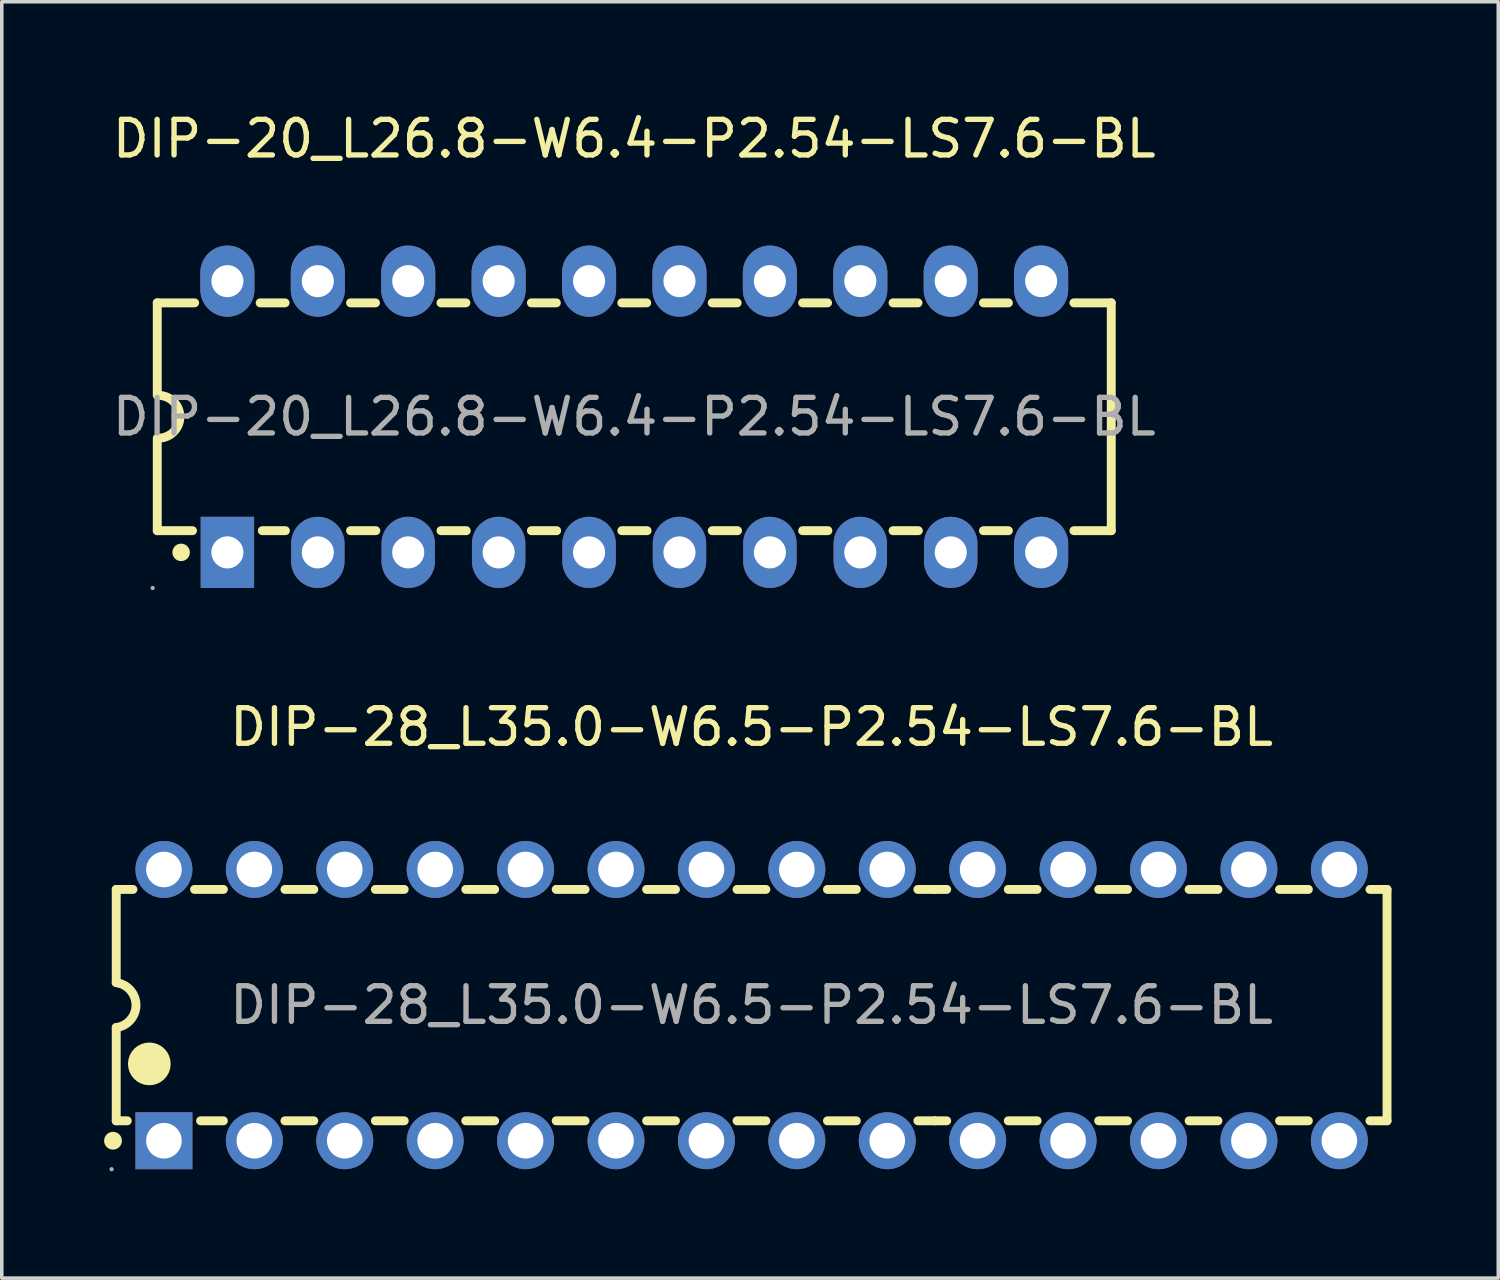
<source format=kicad_pcb>
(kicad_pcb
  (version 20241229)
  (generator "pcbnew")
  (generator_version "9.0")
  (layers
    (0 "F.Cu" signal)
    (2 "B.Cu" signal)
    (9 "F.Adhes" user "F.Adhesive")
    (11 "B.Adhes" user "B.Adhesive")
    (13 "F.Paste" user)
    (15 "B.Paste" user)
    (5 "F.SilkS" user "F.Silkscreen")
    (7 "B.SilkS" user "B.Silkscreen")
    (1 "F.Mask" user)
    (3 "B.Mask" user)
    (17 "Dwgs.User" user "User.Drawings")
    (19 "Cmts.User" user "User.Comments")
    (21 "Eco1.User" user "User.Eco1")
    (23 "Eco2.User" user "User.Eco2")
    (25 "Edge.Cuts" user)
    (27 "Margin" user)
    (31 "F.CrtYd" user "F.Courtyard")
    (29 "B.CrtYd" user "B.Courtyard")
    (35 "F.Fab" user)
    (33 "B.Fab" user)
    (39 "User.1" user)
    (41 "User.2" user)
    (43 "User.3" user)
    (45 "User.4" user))
  (footprint "DIP-28_L35.0-W6.5-P2.54-LS7.6-BL"
    (layer "F.Cu")
    (at 18.065 25.186)
    (property "Reference" "DIP-28_L35.0-W6.5-P2.54-LS7.6-BL" (at 0 -7.81 0) (layer "F.SilkS") (effects (font (size 1 1) (thickness 0.15))))
    (attr through_hole)
    (fp_line (start -17.85 -3.25) (end -17.85 -0.64) (stroke (width 0.25) (type solid)) (layer "F.SilkS"))
    (fp_line (start -17.85 3.25) (end -17.85 0.63) (stroke (width 0.25) (type solid)) (layer "F.SilkS"))
    (fp_line (start -17.85 3.25) (end -17.54 3.25) (stroke (width 0.25) (type solid)) (layer "F.SilkS"))
    (fp_line (start -17.38 -3.25) (end -17.85 -3.25) (stroke (width 0.25) (type solid)) (layer "F.SilkS"))
    (fp_line (start -15.48 3.25) (end -14.84 3.25) (stroke (width 0.25) (type solid)) (layer "F.SilkS"))
    (fp_line (start -14.84 -3.25) (end -15.65 -3.25) (stroke (width 0.25) (type solid)) (layer "F.SilkS"))
    (fp_line (start -13.11 3.25) (end -12.3 3.25) (stroke (width 0.25) (type solid)) (layer "F.SilkS"))
    (fp_line (start -12.3 -3.25) (end -13.11 -3.25) (stroke (width 0.25) (type solid)) (layer "F.SilkS"))
    (fp_line (start -10.57 3.25) (end -9.76 3.25) (stroke (width 0.25) (type solid)) (layer "F.SilkS"))
    (fp_line (start -9.76 -3.25) (end -10.57 -3.25) (stroke (width 0.25) (type solid)) (layer "F.SilkS"))
    (fp_line (start -8.03 3.25) (end -7.22 3.25) (stroke (width 0.25) (type solid)) (layer "F.SilkS"))
    (fp_line (start -7.22 -3.25) (end -8.03 -3.25) (stroke (width 0.25) (type solid)) (layer "F.SilkS"))
    (fp_line (start -5.49 3.25) (end -4.68 3.25) (stroke (width 0.25) (type solid)) (layer "F.SilkS"))
    (fp_line (start -4.68 -3.25) (end -5.49 -3.25) (stroke (width 0.25) (type solid)) (layer "F.SilkS"))
    (fp_line (start -2.95 3.25) (end -2.14 3.25) (stroke (width 0.25) (type solid)) (layer "F.SilkS"))
    (fp_line (start -2.14 -3.25) (end -2.95 -3.25) (stroke (width 0.25) (type solid)) (layer "F.SilkS"))
    (fp_line (start -0.41 3.25) (end 0.4 3.25) (stroke (width 0.25) (type solid)) (layer "F.SilkS"))
    (fp_line (start 0.4 -3.25) (end -0.41 -3.25) (stroke (width 0.25) (type solid)) (layer "F.SilkS"))
    (fp_line (start 2.13 3.25) (end 2.94 3.25) (stroke (width 0.25) (type solid)) (layer "F.SilkS"))
    (fp_line (start 2.94 -3.25) (end 2.13 -3.25) (stroke (width 0.25) (type solid)) (layer "F.SilkS"))
    (fp_line (start 4.67 3.25) (end 5.15 3.25) (stroke (width 0.25) (type solid)) (layer "F.SilkS"))
    (fp_line (start 5.15 -3.25) (end 4.67 -3.25) (stroke (width 0.25) (type solid)) (layer "F.SilkS"))
    (fp_line (start 5.15 -3.25) (end 5.48 -3.25) (stroke (width 0.25) (type solid)) (layer "F.SilkS"))
    (fp_line (start 5.15 3.25) (end 5.48 3.25) (stroke (width 0.25) (type solid)) (layer "F.SilkS"))
    (fp_line (start 7.21 -3.25) (end 8.02 -3.25) (stroke (width 0.25) (type solid)) (layer "F.SilkS"))
    (fp_line (start 7.21 3.25) (end 8.02 3.25) (stroke (width 0.25) (type solid)) (layer "F.SilkS"))
    (fp_line (start 9.75 -3.25) (end 10.56 -3.25) (stroke (width 0.25) (type solid)) (layer "F.SilkS"))
    (fp_line (start 9.75 3.25) (end 10.56 3.25) (stroke (width 0.25) (type solid)) (layer "F.SilkS"))
    (fp_line (start 12.29 -3.25) (end 13.1 -3.25) (stroke (width 0.25) (type solid)) (layer "F.SilkS"))
    (fp_line (start 12.29 3.25) (end 13.1 3.25) (stroke (width 0.25) (type solid)) (layer "F.SilkS"))
    (fp_line (start 14.83 -3.25) (end 15.64 -3.25) (stroke (width 0.25) (type solid)) (layer "F.SilkS"))
    (fp_line (start 14.83 3.25) (end 15.64 3.25) (stroke (width 0.25) (type solid)) (layer "F.SilkS"))
    (fp_line (start 17.37 -3.25) (end 17.85 -3.25) (stroke (width 0.25) (type solid)) (layer "F.SilkS"))
    (fp_line (start 17.37 3.25) (end 17.85 3.25) (stroke (width 0.25) (type solid)) (layer "F.SilkS"))
    (fp_line (start 17.85 -3.25) (end 17.85 3.25) (stroke (width 0.25) (type solid)) (layer "F.SilkS"))
    (fp_arc (start -17.94 3.81) (mid -17.94 3.81) (end -17.94 3.81) (stroke (width 0.25) (type solid)) (layer "F.SilkS"))
    (fp_arc (start -17.851582 -0.630199) (mid -17.294941 -0.000797) (end -17.85 0.63) (stroke (width 0.25) (type solid)) (layer "F.SilkS"))
    (fp_arc (start -17.22 1.64) (mid -16.619875 1.654999) (end -17.220167 1.650004) (stroke (width 0.6) (type solid)) (layer "F.SilkS"))
    (fp_circle (center -17.98 4.61) (end -17.95 4.61) (stroke (width 0.06) (type solid)) (fill no) (layer "F.Fab"))
    (fp_circle (center -16.51 -3.81) (end -16.31 -3.81) (stroke (width 0.4) (type solid)) (fill no) (layer "F.Fab"))
    (fp_circle (center -16.51 3.81) (end -16.31 3.81) (stroke (width 0.4) (type solid)) (fill no) (layer "F.Fab"))
    (fp_circle (center -13.97 -3.81) (end -13.77 -3.81) (stroke (width 0.4) (type solid)) (fill no) (layer "F.Fab"))
    (fp_circle (center -13.97 3.81) (end -13.77 3.81) (stroke (width 0.4) (type solid)) (fill no) (layer "F.Fab"))
    (fp_circle (center -11.43 -3.81) (end -11.23 -3.81) (stroke (width 0.4) (type solid)) (fill no) (layer "F.Fab"))
    (fp_circle (center -11.43 3.81) (end -11.23 3.81) (stroke (width 0.4) (type solid)) (fill no) (layer "F.Fab"))
    (fp_circle (center -8.89 -3.81) (end -8.69 -3.81) (stroke (width 0.4) (type solid)) (fill no) (layer "F.Fab"))
    (fp_circle (center -8.89 3.81) (end -8.69 3.81) (stroke (width 0.4) (type solid)) (fill no) (layer "F.Fab"))
    (fp_circle (center -6.35 -3.81) (end -6.15 -3.81) (stroke (width 0.4) (type solid)) (fill no) (layer "F.Fab"))
    (fp_circle (center -6.35 3.81) (end -6.15 3.81) (stroke (width 0.4) (type solid)) (fill no) (layer "F.Fab"))
    (fp_circle (center -3.81 -3.81) (end -3.61 -3.81) (stroke (width 0.4) (type solid)) (fill no) (layer "F.Fab"))
    (fp_circle (center -3.81 3.81) (end -3.61 3.81) (stroke (width 0.4) (type solid)) (fill no) (layer "F.Fab"))
    (fp_circle (center -1.27 -3.81) (end -1.07 -3.81) (stroke (width 0.4) (type solid)) (fill no) (layer "F.Fab"))
    (fp_circle (center -1.27 3.81) (end -1.07 3.81) (stroke (width 0.4) (type solid)) (fill no) (layer "F.Fab"))
    (fp_circle (center 1.27 -3.81) (end 1.47 -3.81) (stroke (width 0.4) (type solid)) (fill no) (layer "F.Fab"))
    (fp_circle (center 1.27 3.81) (end 1.47 3.81) (stroke (width 0.4) (type solid)) (fill no) (layer "F.Fab"))
    (fp_circle (center 3.81 -3.81) (end 4.01 -3.81) (stroke (width 0.4) (type solid)) (fill no) (layer "F.Fab"))
    (fp_circle (center 3.81 3.81) (end 4.01 3.81) (stroke (width 0.4) (type solid)) (fill no) (layer "F.Fab"))
    (fp_circle (center 6.35 -3.81) (end 6.55 -3.81) (stroke (width 0.4) (type solid)) (fill no) (layer "F.Fab"))
    (fp_circle (center 6.35 3.81) (end 6.55 3.81) (stroke (width 0.4) (type solid)) (fill no) (layer "F.Fab"))
    (fp_circle (center 8.89 -3.81) (end 9.09 -3.81) (stroke (width 0.4) (type solid)) (fill no) (layer "F.Fab"))
    (fp_circle (center 8.89 3.81) (end 9.09 3.81) (stroke (width 0.4) (type solid)) (fill no) (layer "F.Fab"))
    (fp_circle (center 11.43 -3.81) (end 11.63 -3.81) (stroke (width 0.4) (type solid)) (fill no) (layer "F.Fab"))
    (fp_circle (center 11.43 3.81) (end 11.63 3.81) (stroke (width 0.4) (type solid)) (fill no) (layer "F.Fab"))
    (fp_circle (center 13.97 -3.81) (end 14.17 -3.81) (stroke (width 0.4) (type solid)) (fill no) (layer "F.Fab"))
    (fp_circle (center 13.97 3.81) (end 14.17 3.81) (stroke (width 0.4) (type solid)) (fill no) (layer "F.Fab"))
    (fp_circle (center 16.51 -3.81) (end 16.71 -3.81) (stroke (width 0.4) (type solid)) (fill no) (layer "F.Fab"))
    (fp_circle (center 16.51 3.81) (end 16.71 3.81) (stroke (width 0.4) (type solid)) (fill no) (layer "F.Fab"))
    (fp_text user "${REFERENCE}" (at 0 0 0) (layer "F.Fab") (effects (font (size 1 1) (thickness 0.15))))
    (pad "1" thru_hole rect (at -16.51 3.81 90) (size 1.6 1.6) (drill 1) (layers "*.Cu" "*.Paste" "*.Mask"))
    (pad "2" thru_hole oval (at -13.97 3.81 90) (size 1.6 1.6) (drill 1) (layers "*.Cu" "*.Paste" "*.Mask"))
    (pad "3" thru_hole oval (at -11.43 3.81 90) (size 1.6 1.6) (drill 1) (layers "*.Cu" "*.Paste" "*.Mask"))
    (pad "4" thru_hole oval (at -8.89 3.81 90) (size 1.6 1.6) (drill 1) (layers "*.Cu" "*.Paste" "*.Mask"))
    (pad "5" thru_hole oval (at -6.35 3.81 90) (size 1.6 1.6) (drill 1) (layers "*.Cu" "*.Paste" "*.Mask"))
    (pad "6" thru_hole oval (at -3.81 3.81 90) (size 1.6 1.6) (drill 1) (layers "*.Cu" "*.Paste" "*.Mask"))
    (pad "7" thru_hole oval (at -1.27 3.81 90) (size 1.6 1.6) (drill 1) (layers "*.Cu" "*.Paste" "*.Mask"))
    (pad "8" thru_hole oval (at 1.27 3.81 90) (size 1.6 1.6) (drill 1) (layers "*.Cu" "*.Paste" "*.Mask"))
    (pad "9" thru_hole oval (at 3.81 3.81 90) (size 1.6 1.6) (drill 1) (layers "*.Cu" "*.Paste" "*.Mask"))
    (pad "10" thru_hole oval (at 6.35 3.81 90) (size 1.6 1.6) (drill 1) (layers "*.Cu" "*.Paste" "*.Mask"))
    (pad "11" thru_hole oval (at 8.89 3.81 90) (size 1.6 1.6) (drill 1) (layers "*.Cu" "*.Paste" "*.Mask"))
    (pad "12" thru_hole oval (at 11.43 3.81 90) (size 1.6 1.6) (drill 1) (layers "*.Cu" "*.Paste" "*.Mask"))
    (pad "13" thru_hole oval (at 13.97 3.81 90) (size 1.6 1.6) (drill 1) (layers "*.Cu" "*.Paste" "*.Mask"))
    (pad "14" thru_hole oval (at 16.51 3.81 90) (size 1.6 1.6) (drill 1) (layers "*.Cu" "*.Paste" "*.Mask"))
    (pad "15" thru_hole oval (at 16.51 -3.81 90) (size 1.6 1.6) (drill 1) (layers "*.Cu" "*.Paste" "*.Mask"))
    (pad "16" thru_hole oval (at 13.97 -3.81 90) (size 1.6 1.6) (drill 1) (layers "*.Cu" "*.Paste" "*.Mask"))
    (pad "17" thru_hole oval (at 11.43 -3.81 90) (size 1.6 1.6) (drill 1) (layers "*.Cu" "*.Paste" "*.Mask"))
    (pad "18" thru_hole oval (at 8.89 -3.81 90) (size 1.6 1.6) (drill 1) (layers "*.Cu" "*.Paste" "*.Mask"))
    (pad "19" thru_hole oval (at 6.35 -3.81 90) (size 1.6 1.6) (drill 1) (layers "*.Cu" "*.Paste" "*.Mask"))
    (pad "20" thru_hole oval (at 3.81 -3.81 90) (size 1.6 1.6) (drill 1) (layers "*.Cu" "*.Paste" "*.Mask"))
    (pad "21" thru_hole oval (at 1.27 -3.81 90) (size 1.6 1.6) (drill 1) (layers "*.Cu" "*.Paste" "*.Mask"))
    (pad "22" thru_hole oval (at -1.27 -3.81 90) (size 1.6 1.6) (drill 1) (layers "*.Cu" "*.Paste" "*.Mask"))
    (pad "23" thru_hole oval (at -3.81 -3.81 90) (size 1.6 1.6) (drill 1) (layers "*.Cu" "*.Paste" "*.Mask"))
    (pad "24" thru_hole oval (at -6.35 -3.81 90) (size 1.6 1.6) (drill 1) (layers "*.Cu" "*.Paste" "*.Mask"))
    (pad "25" thru_hole oval (at -8.89 -3.81 90) (size 1.6 1.6) (drill 1) (layers "*.Cu" "*.Paste" "*.Mask"))
    (pad "26" thru_hole oval (at -11.43 -3.81 90) (size 1.6 1.6) (drill 1) (layers "*.Cu" "*.Paste" "*.Mask"))
    (pad "27" thru_hole oval (at -13.97 -3.81 90) (size 1.6 1.6) (drill 1) (layers "*.Cu" "*.Paste" "*.Mask"))
    (pad "28" thru_hole oval (at -16.51 -3.81 90) (size 1.6 1.6) (drill 1) (layers "*.Cu" "*.Paste" "*.Mask")))
  (footprint "DIP-20_L26.8-W6.4-P2.54-LS7.6-BL"
    (layer "F.Cu")
    (at 14.768 8.658)
    (property "Reference" "DIP-20_L26.8-W6.4-P2.54-LS7.6-BL" (at 0 -7.81 0) (layer "F.SilkS") (effects (font (size 1 1) (thickness 0.15))))
    (attr through_hole)
    (fp_line (start -13.4 -3.2) (end -12.35 -3.2) (stroke (width 0.25) (type solid)) (layer "F.SilkS"))
    (fp_line (start -13.4 -0.6) (end -13.4 -3.2) (stroke (width 0.25) (type solid)) (layer "F.SilkS"))
    (fp_line (start -13.4 3.2) (end -13.4 0.6) (stroke (width 0.25) (type solid)) (layer "F.SilkS"))
    (fp_line (start -13.4 3.2) (end -12.41 3.2) (stroke (width 0.25) (type solid)) (layer "F.SilkS"))
    (fp_line (start -10.51 -3.2) (end -9.81 -3.2) (stroke (width 0.25) (type solid)) (layer "F.SilkS"))
    (fp_line (start -10.45 3.2) (end -9.8 3.2) (stroke (width 0.25) (type solid)) (layer "F.SilkS"))
    (fp_line (start -7.97 -3.2) (end -7.27 -3.2) (stroke (width 0.25) (type solid)) (layer "F.SilkS"))
    (fp_line (start -7.97 3.2) (end -7.26 3.2) (stroke (width 0.25) (type solid)) (layer "F.SilkS"))
    (fp_line (start -5.43 -3.2) (end -4.73 -3.2) (stroke (width 0.25) (type solid)) (layer "F.SilkS"))
    (fp_line (start -5.43 3.2) (end -4.72 3.2) (stroke (width 0.25) (type solid)) (layer "F.SilkS"))
    (fp_line (start -2.89 -3.2) (end -2.19 -3.2) (stroke (width 0.25) (type solid)) (layer "F.SilkS"))
    (fp_line (start -2.89 3.2) (end -2.18 3.2) (stroke (width 0.25) (type solid)) (layer "F.SilkS"))
    (fp_line (start -0.35 -3.2) (end 0.35 -3.2) (stroke (width 0.25) (type solid)) (layer "F.SilkS"))
    (fp_line (start -0.35 3.2) (end 0.36 3.2) (stroke (width 0.25) (type solid)) (layer "F.SilkS"))
    (fp_line (start 2.19 -3.2) (end 2.89 -3.2) (stroke (width 0.25) (type solid)) (layer "F.SilkS"))
    (fp_line (start 2.19 3.2) (end 2.9 3.2) (stroke (width 0.25) (type solid)) (layer "F.SilkS"))
    (fp_line (start 4.73 -3.2) (end 5.43 -3.2) (stroke (width 0.25) (type solid)) (layer "F.SilkS"))
    (fp_line (start 4.73 3.2) (end 5.44 3.2) (stroke (width 0.25) (type solid)) (layer "F.SilkS"))
    (fp_line (start 7.27 -3.2) (end 7.97 -3.2) (stroke (width 0.25) (type solid)) (layer "F.SilkS"))
    (fp_line (start 7.27 3.2) (end 7.98 3.2) (stroke (width 0.25) (type solid)) (layer "F.SilkS"))
    (fp_line (start 9.81 -3.2) (end 10.51 -3.2) (stroke (width 0.25) (type solid)) (layer "F.SilkS"))
    (fp_line (start 9.81 3.2) (end 10.51 3.2) (stroke (width 0.25) (type solid)) (layer "F.SilkS"))
    (fp_line (start 12.35 -3.2) (end 13.4 -3.2) (stroke (width 0.25) (type solid)) (layer "F.SilkS"))
    (fp_line (start 12.35 3.2) (end 13.4 3.2) (stroke (width 0.25) (type solid)) (layer "F.SilkS"))
    (fp_line (start 13.4 -3.2) (end 13.4 3.2) (stroke (width 0.25) (type solid)) (layer "F.SilkS"))
    (fp_arc (start -13.37 -0.6) (mid -12.76 -0.01) (end -13.35 0.6) (stroke (width 0.25) (type solid)) (layer "F.SilkS"))
    (fp_arc (start -12.85 3.8) (mid -12.609687 3.814987) (end -12.850416 3.810034) (stroke (width 0.25) (type solid)) (layer "F.SilkS"))
    (fp_circle (center -13.53 4.81) (end -13.5 4.81) (stroke (width 0.06) (type solid)) (fill no) (layer "F.Fab"))
    (fp_circle (center -11.43 -3.81) (end -11.25 -3.81) (stroke (width 0.35) (type solid)) (fill no) (layer "F.Fab"))
    (fp_circle (center -11.43 3.81) (end -11.25 3.81) (stroke (width 0.35) (type solid)) (fill no) (layer "F.Fab"))
    (fp_circle (center -8.89 -3.81) (end -8.71 -3.81) (stroke (width 0.35) (type solid)) (fill no) (layer "F.Fab"))
    (fp_circle (center -8.89 3.81) (end -8.71 3.81) (stroke (width 0.35) (type solid)) (fill no) (layer "F.Fab"))
    (fp_circle (center -6.35 -3.81) (end -6.17 -3.81) (stroke (width 0.35) (type solid)) (fill no) (layer "F.Fab"))
    (fp_circle (center -6.35 3.81) (end -6.17 3.81) (stroke (width 0.35) (type solid)) (fill no) (layer "F.Fab"))
    (fp_circle (center -3.81 -3.81) (end -3.63 -3.81) (stroke (width 0.35) (type solid)) (fill no) (layer "F.Fab"))
    (fp_circle (center -3.81 3.81) (end -3.63 3.81) (stroke (width 0.35) (type solid)) (fill no) (layer "F.Fab"))
    (fp_circle (center -1.27 -3.81) (end -1.09 -3.81) (stroke (width 0.35) (type solid)) (fill no) (layer "F.Fab"))
    (fp_circle (center -1.27 3.81) (end -1.09 3.81) (stroke (width 0.35) (type solid)) (fill no) (layer "F.Fab"))
    (fp_circle (center 1.27 -3.81) (end 1.45 -3.81) (stroke (width 0.35) (type solid)) (fill no) (layer "F.Fab"))
    (fp_circle (center 1.27 3.81) (end 1.45 3.81) (stroke (width 0.35) (type solid)) (fill no) (layer "F.Fab"))
    (fp_circle (center 3.81 -3.81) (end 3.99 -3.81) (stroke (width 0.35) (type solid)) (fill no) (layer "F.Fab"))
    (fp_circle (center 3.81 3.81) (end 3.99 3.81) (stroke (width 0.35) (type solid)) (fill no) (layer "F.Fab"))
    (fp_circle (center 6.35 -3.81) (end 6.53 -3.81) (stroke (width 0.35) (type solid)) (fill no) (layer "F.Fab"))
    (fp_circle (center 6.35 3.81) (end 6.53 3.81) (stroke (width 0.35) (type solid)) (fill no) (layer "F.Fab"))
    (fp_circle (center 8.89 -3.81) (end 9.07 -3.81) (stroke (width 0.35) (type solid)) (fill no) (layer "F.Fab"))
    (fp_circle (center 8.89 3.81) (end 9.07 3.81) (stroke (width 0.35) (type solid)) (fill no) (layer "F.Fab"))
    (fp_circle (center 11.43 -3.81) (end 11.61 -3.81) (stroke (width 0.35) (type solid)) (fill no) (layer "F.Fab"))
    (fp_circle (center 11.43 3.81) (end 11.61 3.81) (stroke (width 0.35) (type solid)) (fill no) (layer "F.Fab"))
    (fp_text user "${REFERENCE}" (at 0 0 0) (layer "F.Fab") (effects (font (size 1 1) (thickness 0.15))))
    (pad "1" thru_hole rect (at -11.43 3.81 90) (size 2 1.5) (drill 0.9) (layers "*.Cu" "*.Paste" "*.Mask"))
    (pad "2" thru_hole oval (at -8.89 3.81 90) (size 2 1.5) (drill 0.9) (layers "*.Cu" "*.Paste" "*.Mask"))
    (pad "3" thru_hole oval (at -6.35 3.81 90) (size 2 1.5) (drill 0.9) (layers "*.Cu" "*.Paste" "*.Mask"))
    (pad "4" thru_hole oval (at -3.81 3.81 90) (size 2 1.5) (drill 0.9) (layers "*.Cu" "*.Paste" "*.Mask"))
    (pad "5" thru_hole oval (at -1.27 3.81 90) (size 2 1.5) (drill 0.9) (layers "*.Cu" "*.Paste" "*.Mask"))
    (pad "6" thru_hole oval (at 1.27 3.81 90) (size 2 1.5) (drill 0.9) (layers "*.Cu" "*.Paste" "*.Mask"))
    (pad "7" thru_hole oval (at 3.81 3.81 90) (size 2 1.5) (drill 0.9) (layers "*.Cu" "*.Paste" "*.Mask"))
    (pad "8" thru_hole oval (at 6.35 3.81 90) (size 2 1.5) (drill 0.9) (layers "*.Cu" "*.Paste" "*.Mask"))
    (pad "9" thru_hole oval (at 8.89 3.81 90) (size 2 1.5) (drill 0.9) (layers "*.Cu" "*.Paste" "*.Mask"))
    (pad "10" thru_hole oval (at 11.43 3.81 90) (size 2 1.52) (drill 0.9) (layers "*.Cu" "*.Paste" "*.Mask"))
    (pad "11" thru_hole oval (at 11.43 -3.81 90) (size 2 1.52) (drill 0.9) (layers "*.Cu" "*.Paste" "*.Mask"))
    (pad "12" thru_hole oval (at 8.89 -3.81 90) (size 2 1.52) (drill 0.9) (layers "*.Cu" "*.Paste" "*.Mask"))
    (pad "13" thru_hole oval (at 6.35 -3.81 90) (size 2 1.52) (drill 0.9) (layers "*.Cu" "*.Paste" "*.Mask"))
    (pad "14" thru_hole oval (at 3.81 -3.81 90) (size 2 1.52) (drill 0.9) (layers "*.Cu" "*.Paste" "*.Mask"))
    (pad "15" thru_hole oval (at 1.27 -3.81 90) (size 2 1.52) (drill 0.9) (layers "*.Cu" "*.Paste" "*.Mask"))
    (pad "16" thru_hole oval (at -1.27 -3.81 90) (size 2 1.52) (drill 0.9) (layers "*.Cu" "*.Paste" "*.Mask"))
    (pad "17" thru_hole oval (at -3.81 -3.81 90) (size 2 1.52) (drill 0.9) (layers "*.Cu" "*.Paste" "*.Mask"))
    (pad "18" thru_hole oval (at -6.35 -3.81 90) (size 2 1.52) (drill 0.9) (layers "*.Cu" "*.Paste" "*.Mask"))
    (pad "19" thru_hole oval (at -8.89 -3.81 90) (size 2 1.52) (drill 0.9) (layers "*.Cu" "*.Paste" "*.Mask"))
    (pad "20" thru_hole oval (at -11.43 -3.81 90) (size 2 1.52) (drill 0.9) (layers "*.Cu" "*.Paste" "*.Mask")))
  (gr_rect
    (start -3 -3)
    (end 39.04 32.856)
    (stroke (width 0.1) (type default))
    (fill no)
    (layer "Edge.Cuts")))
</source>
